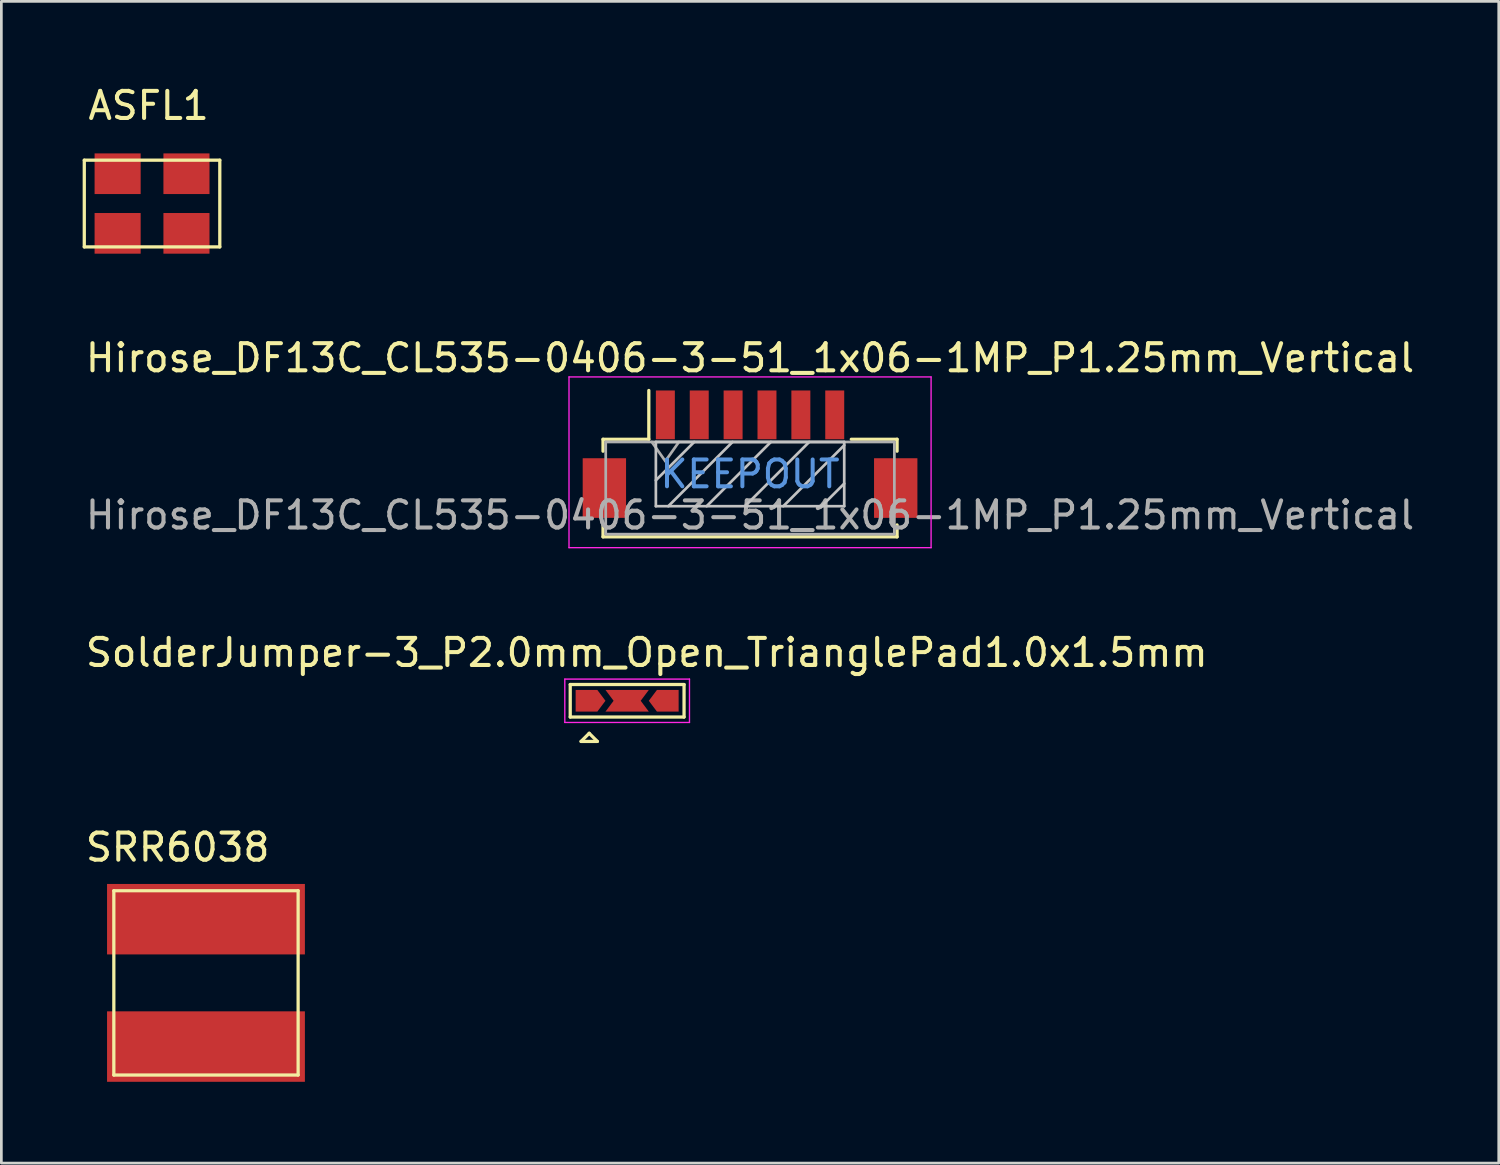
<source format=kicad_pcb>
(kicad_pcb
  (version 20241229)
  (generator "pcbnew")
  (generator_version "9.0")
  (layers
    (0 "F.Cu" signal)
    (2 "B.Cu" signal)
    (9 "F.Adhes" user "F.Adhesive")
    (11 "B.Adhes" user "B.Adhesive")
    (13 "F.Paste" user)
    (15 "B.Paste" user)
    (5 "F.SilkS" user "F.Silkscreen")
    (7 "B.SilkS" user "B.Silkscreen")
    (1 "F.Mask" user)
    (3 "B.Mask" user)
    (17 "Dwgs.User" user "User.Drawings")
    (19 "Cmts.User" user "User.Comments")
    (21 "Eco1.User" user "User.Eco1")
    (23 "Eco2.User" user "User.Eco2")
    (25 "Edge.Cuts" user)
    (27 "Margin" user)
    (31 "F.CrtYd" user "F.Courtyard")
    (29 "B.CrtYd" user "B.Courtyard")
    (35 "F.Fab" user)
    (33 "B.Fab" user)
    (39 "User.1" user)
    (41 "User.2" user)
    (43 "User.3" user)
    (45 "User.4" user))
  (footprint "ASFL1"
    (layer "F.Cu")
    (at 2.56 4.46)
    (property "Reference" "ASFL1" (at -0.127 -3.612 0) (layer "F.SilkS") (effects (font (size 1 1) (thickness 0.15))))
    (attr through_hole)
    (fp_line (start -2.5 -1.6) (end -2.5 1.6) (stroke (width 0.12) (type solid)) (layer "F.SilkS"))
    (fp_line (start -2.5 -1.6) (end 2.5 -1.6) (stroke (width 0.12) (type solid)) (layer "F.SilkS"))
    (fp_line (start -2.5 1.6) (end 2.5 1.6) (stroke (width 0.12) (type solid)) (layer "F.SilkS"))
    (fp_line (start 2.5 1.6) (end 2.5 -1.6) (stroke (width 0.12) (type solid)) (layer "F.SilkS"))
    (pad "1" smd rect (at -1.27 1.1) (size 1.7 1.5) (layers "F.Cu" "F.Mask" "F.Paste"))
    (pad "2" smd rect (at 1.27 1.1) (size 1.7 1.5) (layers "F.Cu" "F.Mask" "F.Paste"))
    (pad "3" smd rect (at 1.27 -1.1) (size 1.7 1.5) (layers "F.Cu" "F.Mask" "F.Paste"))
    (pad "4" smd rect (at -1.27 -1.1) (size 1.7 1.5) (layers "F.Cu" "F.Mask" "F.Paste")))
  (footprint "Hirose_DF13C_CL535-0406-3-51_1x06-1MP_P1.25mm_Vertical"
    (layer "F.Cu")
    (at 24.625 13.708)
    (property "Reference" "Hirose_DF13C_CL535-0406-3-51_1x06-1MP_P1.25mm_Vertical" (at 0 -3.55 0) (layer "F.SilkS") (effects (font (size 1 1) (thickness 0.15))))
    (attr smd)
    (fp_line (start -5.425 -0.55) (end -5.425 -0.11) (stroke (width 0.12) (type solid)) (layer "F.SilkS"))
    (fp_line (start -5.425 2.61) (end -5.425 3.05) (stroke (width 0.12) (type solid)) (layer "F.SilkS"))
    (fp_line (start -5.425 3.05) (end 5.425 3.05) (stroke (width 0.12) (type solid)) (layer "F.SilkS"))
    (fp_line (start -3.735 -0.55) (end -5.425 -0.55) (stroke (width 0.12) (type solid)) (layer "F.SilkS"))
    (fp_line (start -3.735 -0.55) (end -3.735 -2.35) (stroke (width 0.12) (type solid)) (layer "F.SilkS"))
    (fp_line (start 3.735 -0.55) (end 5.425 -0.55) (stroke (width 0.12) (type solid)) (layer "F.SilkS"))
    (fp_line (start 5.425 -0.55) (end 5.425 -0.11) (stroke (width 0.12) (type solid)) (layer "F.SilkS"))
    (fp_line (start 5.425 3.05) (end 5.425 2.61) (stroke (width 0.12) (type solid)) (layer "F.SilkS"))
    (fp_line (start -3.475 -0.45) (end -3.475 1.92) (stroke (width 0.1) (type solid)) (layer "Dwgs.User"))
    (fp_line (start -3.475 1.92) (end 3.475 1.92) (stroke (width 0.1) (type solid)) (layer "Dwgs.User"))
    (fp_line (start -2.061 -0.45) (end -3.475 0.964) (stroke (width 0.1) (type solid)) (layer "Dwgs.User"))
    (fp_line (start -0.647 -0.45) (end -3.017 1.92) (stroke (width 0.1) (type solid)) (layer "Dwgs.User"))
    (fp_line (start 0.768 -0.45) (end -1.602 1.92) (stroke (width 0.1) (type solid)) (layer "Dwgs.User"))
    (fp_line (start 2.182 -0.45) (end -0.188 1.92) (stroke (width 0.1) (type solid)) (layer "Dwgs.User"))
    (fp_line (start 3.475 -0.45) (end -3.475 -0.45) (stroke (width 0.1) (type solid)) (layer "Dwgs.User"))
    (fp_line (start 3.475 -0.329) (end 1.226 1.92) (stroke (width 0.1) (type solid)) (layer "Dwgs.User"))
    (fp_line (start 3.475 1.085) (end 2.64 1.92) (stroke (width 0.1) (type solid)) (layer "Dwgs.User"))
    (fp_line (start 3.475 1.92) (end 3.475 -0.45) (stroke (width 0.1) (type solid)) (layer "Dwgs.User"))
    (fp_line (start -6.68 -2.85) (end -6.68 3.45) (stroke (width 0.05) (type solid)) (layer "F.CrtYd"))
    (fp_line (start -6.68 3.45) (end 6.68 3.45) (stroke (width 0.05) (type solid)) (layer "F.CrtYd"))
    (fp_line (start 6.68 -2.85) (end -6.68 -2.85) (stroke (width 0.05) (type solid)) (layer "F.CrtYd"))
    (fp_line (start 6.68 3.45) (end 6.68 -2.85) (stroke (width 0.05) (type solid)) (layer "F.CrtYd"))
    (fp_line (start -5.325 -0.45) (end -5.325 2.95) (stroke (width 0.1) (type solid)) (layer "F.Fab"))
    (fp_line (start -5.325 2.95) (end 5.325 2.95) (stroke (width 0.1) (type solid)) (layer "F.Fab"))
    (fp_line (start -3.625 -0.45) (end -3.125 0.257) (stroke (width 0.1) (type solid)) (layer "F.Fab"))
    (fp_line (start -3.125 0.257) (end -2.625 -0.45) (stroke (width 0.1) (type solid)) (layer "F.Fab"))
    (fp_line (start 5.325 -0.45) (end -5.325 -0.45) (stroke (width 0.1) (type solid)) (layer "F.Fab"))
    (fp_line (start 5.325 2.95) (end 5.325 -0.45) (stroke (width 0.1) (type solid)) (layer "F.Fab"))
    (fp_text user "KEEPOUT" (at 0 0.735 0) (layer "Cmts.User") (effects (font (size 0.99 0.99) (thickness 0.148))))
    (fp_text user "${REFERENCE}" (at 0 2.25 0) (layer "F.Fab") (effects (font (size 1 1) (thickness 0.15))))
    (pad "1" smd rect (at -3.125 -1.45) (size 0.7 1.8) (layers "F.Cu" "F.Mask" "F.Paste"))
    (pad "2" smd rect (at -1.875 -1.45) (size 0.7 1.8) (layers "F.Cu" "F.Mask" "F.Paste"))
    (pad "3" smd rect (at -0.625 -1.45) (size 0.7 1.8) (layers "F.Cu" "F.Mask" "F.Paste"))
    (pad "4" smd rect (at 0.625 -1.45) (size 0.7 1.8) (layers "F.Cu" "F.Mask" "F.Paste"))
    (pad "5" smd rect (at 1.875 -1.45) (size 0.7 1.8) (layers "F.Cu" "F.Mask" "F.Paste"))
    (pad "6" smd rect (at 3.125 -1.45) (size 0.7 1.8) (layers "F.Cu" "F.Mask" "F.Paste"))
    (pad "MP" smd rect (at -5.375 1.25) (size 1.6 2.2) (layers "F.Cu" "F.Mask" "F.Paste"))
    (pad "MP" smd rect (at 5.375 1.25) (size 1.6 2.2) (layers "F.Cu" "F.Mask" "F.Paste")))
  (footprint "SolderJumper-3_P2.0mm_Open_TrianglePad1.0x1.5mm"
    (layer "F.Cu")
    (at 20.09 22.807)
    (property "Reference" "SolderJumper-3_P2.0mm_Open_TrianglePad1.0x1.5mm" (at 0.725 -1.775 0) (layer "F.SilkS") (effects (font (size 1 1) (thickness 0.15))))
    (attr exclude_from_pos_files exclude_from_bom)
    (fp_line (start -2.1 -0.6) (end 2.1 -0.6) (stroke (width 0.12) (type solid)) (layer "F.SilkS"))
    (fp_line (start -2.1 0.6) (end -2.1 -0.6) (stroke (width 0.12) (type solid)) (layer "F.SilkS"))
    (fp_line (start -1.7 1.5) (end -1.1 1.5) (stroke (width 0.12) (type solid)) (layer "F.SilkS"))
    (fp_line (start -1.4 1.2) (end -1.7 1.5) (stroke (width 0.12) (type solid)) (layer "F.SilkS"))
    (fp_line (start -1.1 1.5) (end -1.4 1.2) (stroke (width 0.12) (type solid)) (layer "F.SilkS"))
    (fp_line (start 2.1 -0.6) (end 2.1 0.6) (stroke (width 0.12) (type solid)) (layer "F.SilkS"))
    (fp_line (start 2.1 0.6) (end -2.1 0.6) (stroke (width 0.12) (type solid)) (layer "F.SilkS"))
    (fp_line (start -2.3 -0.8) (end -2.3 0.8) (stroke (width 0.05) (type solid)) (layer "F.CrtYd"))
    (fp_line (start -2.3 -0.8) (end 2.3 -0.8) (stroke (width 0.05) (type solid)) (layer "F.CrtYd"))
    (fp_line (start 2.3 0.8) (end -2.3 0.8) (stroke (width 0.05) (type solid)) (layer "F.CrtYd"))
    (fp_line (start 2.3 0.8) (end 2.3 -0.8) (stroke (width 0.05) (type solid)) (layer "F.CrtYd"))
    (pad "" smd rect (at -0.85 0) (size 1 0.8) (layers "F.Mask"))
    (pad "" smd rect (at 0.85 0) (size 1 0.8) (layers "F.Mask"))
    (pad "1" smd custom (at -1.5 0) (size 0.3 0.3) (layers "F.Cu" "F.Mask") (options (anchor rect)) (primitives (gr_poly (pts (xy -0.4 -0.4) (xy 0.4 -0.4) (xy 0.7 0) (xy 0.4 0.4) (xy -0.4 0.4)) (width 0) (fill yes))))
    (pad "2" smd custom (at 0 0) (size 0.3 0.3) (layers "F.Cu") (options (anchor rect)) (primitives (gr_poly (pts (xy -0.8 -0.4) (xy 0.8 -0.4) (xy 0.5 0) (xy 0.8 0.4) (xy -0.8 0.4) (xy -0.5 0)) (width 0) (fill yes))))
    (pad "3" smd custom (at 1.5 0 180) (size 0.3 0.3) (layers "F.Cu" "F.Mask") (options (anchor rect)) (primitives (gr_poly (pts (xy -0.4 -0.4) (xy 0.4 -0.4) (xy 0.7 0) (xy 0.4 0.4) (xy -0.4 0.4)) (width 0) (fill yes)))))
  (footprint "SRR6038"
    (layer "F.Cu")
    (at 4.55 33.216)
    (property "Reference" "SRR6038" (at -1.044 -5.001 0) (layer "F.SilkS") (effects (font (size 1 1) (thickness 0.15))))
    (attr through_hole)
    (fp_line (start -3.4 -3.4) (end 3.4 -3.4) (stroke (width 0.12) (type solid)) (layer "F.SilkS"))
    (fp_line (start -3.4 3.4) (end -3.4 -3.4) (stroke (width 0.12) (type solid)) (layer "F.SilkS"))
    (fp_line (start 3.4 -3.4) (end 3.4 3.4) (stroke (width 0.12) (type solid)) (layer "F.SilkS"))
    (fp_line (start 3.4 3.4) (end -3.4 3.4) (stroke (width 0.12) (type solid)) (layer "F.SilkS"))
    (pad "1" smd rect (at 0 2.35) (size 7.3 2.6) (layers "F.Cu" "F.Mask" "F.Paste"))
    (pad "2" smd rect (at 0 -2.35) (size 7.3 2.6) (layers "F.Cu" "F.Mask" "F.Paste")))
  (gr_rect
    (start -3 -3)
    (end 52.25 39.866)
    (stroke (width 0.1) (type default))
    (fill no)
    (layer "Edge.Cuts")))
</source>
